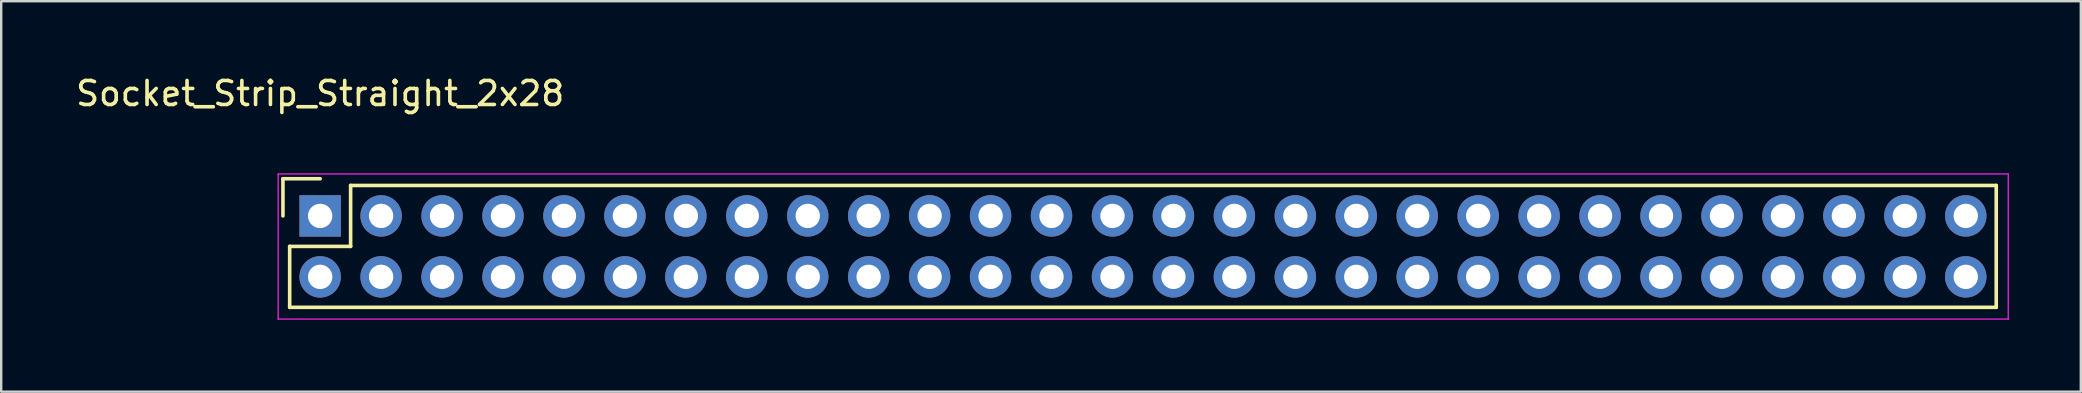
<source format=kicad_pcb>
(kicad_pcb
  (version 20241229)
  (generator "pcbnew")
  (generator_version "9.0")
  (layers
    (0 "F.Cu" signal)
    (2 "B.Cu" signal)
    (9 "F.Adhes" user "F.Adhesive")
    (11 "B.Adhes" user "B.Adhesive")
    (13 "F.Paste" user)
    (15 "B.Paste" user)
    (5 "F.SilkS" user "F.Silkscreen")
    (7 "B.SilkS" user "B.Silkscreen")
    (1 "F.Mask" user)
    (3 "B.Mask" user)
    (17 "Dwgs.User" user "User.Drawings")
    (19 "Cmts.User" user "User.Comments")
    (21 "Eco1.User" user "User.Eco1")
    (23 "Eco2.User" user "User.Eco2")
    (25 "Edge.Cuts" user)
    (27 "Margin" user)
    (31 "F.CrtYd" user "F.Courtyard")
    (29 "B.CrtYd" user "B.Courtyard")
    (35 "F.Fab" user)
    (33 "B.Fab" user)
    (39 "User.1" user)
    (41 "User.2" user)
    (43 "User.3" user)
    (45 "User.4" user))
  (footprint "Socket_Strip_Straight_2x28"
    (layer "F.Cu")
    (at 10.292 5.948)
    (property "Reference" "Socket_Strip_Straight_2x28" (at 0 -5.1 0) (layer "F.SilkS") (effects (font (size 1 1) (thickness 0.15))))
    (attr through_hole)
    (fp_line (start -1.55 -1.55) (end -1.55 0) (stroke (width 0.15) (type solid)) (layer "F.SilkS"))
    (fp_line (start -1.27 1.27) (end 1.27 1.27) (stroke (width 0.15) (type solid)) (layer "F.SilkS"))
    (fp_line (start -1.27 3.81) (end -1.27 1.27) (stroke (width 0.15) (type solid)) (layer "F.SilkS"))
    (fp_line (start -1.27 3.81) (end 69.85 3.81) (stroke (width 0.15) (type solid)) (layer "F.SilkS"))
    (fp_line (start 0 -1.55) (end -1.55 -1.55) (stroke (width 0.15) (type solid)) (layer "F.SilkS"))
    (fp_line (start 1.27 -1.27) (end 69.85 -1.27) (stroke (width 0.15) (type solid)) (layer "F.SilkS"))
    (fp_line (start 1.27 1.27) (end 1.27 -1.27) (stroke (width 0.15) (type solid)) (layer "F.SilkS"))
    (fp_line (start 69.85 3.81) (end 69.85 -1.27) (stroke (width 0.15) (type solid)) (layer "F.SilkS"))
    (fp_line (start -1.75 -1.75) (end -1.75 4.3) (stroke (width 0.05) (type solid)) (layer "F.CrtYd"))
    (fp_line (start -1.75 -1.75) (end 70.35 -1.75) (stroke (width 0.05) (type solid)) (layer "F.CrtYd"))
    (fp_line (start -1.75 4.3) (end 70.35 4.3) (stroke (width 0.05) (type solid)) (layer "F.CrtYd"))
    (fp_line (start 70.35 -1.75) (end 70.35 4.3) (stroke (width 0.05) (type solid)) (layer "F.CrtYd"))
    (pad "1" thru_hole rect (at 0 0) (size 1.727 1.727) (drill 1.016) (layers "*.Cu" "*.Mask"))
    (pad "2" thru_hole oval (at 0 2.54) (size 1.727 1.727) (drill 1.016) (layers "*.Cu" "*.Mask"))
    (pad "3" thru_hole oval (at 2.54 0) (size 1.727 1.727) (drill 1.016) (layers "*.Cu" "*.Mask"))
    (pad "4" thru_hole oval (at 2.54 2.54) (size 1.727 1.727) (drill 1.016) (layers "*.Cu" "*.Mask"))
    (pad "5" thru_hole oval (at 5.08 0) (size 1.727 1.727) (drill 1.016) (layers "*.Cu" "*.Mask"))
    (pad "6" thru_hole oval (at 5.08 2.54) (size 1.727 1.727) (drill 1.016) (layers "*.Cu" "*.Mask"))
    (pad "7" thru_hole oval (at 7.62 0) (size 1.727 1.727) (drill 1.016) (layers "*.Cu" "*.Mask"))
    (pad "8" thru_hole oval (at 7.62 2.54) (size 1.727 1.727) (drill 1.016) (layers "*.Cu" "*.Mask"))
    (pad "9" thru_hole oval (at 10.16 0) (size 1.727 1.727) (drill 1.016) (layers "*.Cu" "*.Mask"))
    (pad "10" thru_hole oval (at 10.16 2.54) (size 1.727 1.727) (drill 1.016) (layers "*.Cu" "*.Mask"))
    (pad "11" thru_hole oval (at 12.7 0) (size 1.727 1.727) (drill 1.016) (layers "*.Cu" "*.Mask"))
    (pad "12" thru_hole oval (at 12.7 2.54) (size 1.727 1.727) (drill 1.016) (layers "*.Cu" "*.Mask"))
    (pad "13" thru_hole oval (at 15.24 0) (size 1.727 1.727) (drill 1.016) (layers "*.Cu" "*.Mask"))
    (pad "14" thru_hole oval (at 15.24 2.54) (size 1.727 1.727) (drill 1.016) (layers "*.Cu" "*.Mask"))
    (pad "15" thru_hole oval (at 17.78 0) (size 1.727 1.727) (drill 1.016) (layers "*.Cu" "*.Mask"))
    (pad "16" thru_hole oval (at 17.78 2.54) (size 1.727 1.727) (drill 1.016) (layers "*.Cu" "*.Mask"))
    (pad "17" thru_hole oval (at 20.32 0) (size 1.727 1.727) (drill 1.016) (layers "*.Cu" "*.Mask"))
    (pad "18" thru_hole oval (at 20.32 2.54) (size 1.727 1.727) (drill 1.016) (layers "*.Cu" "*.Mask"))
    (pad "19" thru_hole oval (at 22.86 0) (size 1.727 1.727) (drill 1.016) (layers "*.Cu" "*.Mask"))
    (pad "20" thru_hole oval (at 22.86 2.54) (size 1.727 1.727) (drill 1.016) (layers "*.Cu" "*.Mask"))
    (pad "21" thru_hole oval (at 25.4 0) (size 1.727 1.727) (drill 1.016) (layers "*.Cu" "*.Mask"))
    (pad "22" thru_hole oval (at 25.4 2.54) (size 1.727 1.727) (drill 1.016) (layers "*.Cu" "*.Mask"))
    (pad "23" thru_hole oval (at 27.94 0) (size 1.727 1.727) (drill 1.016) (layers "*.Cu" "*.Mask"))
    (pad "24" thru_hole oval (at 27.94 2.54) (size 1.727 1.727) (drill 1.016) (layers "*.Cu" "*.Mask"))
    (pad "25" thru_hole oval (at 30.48 0) (size 1.727 1.727) (drill 1.016) (layers "*.Cu" "*.Mask"))
    (pad "26" thru_hole oval (at 30.48 2.54) (size 1.727 1.727) (drill 1.016) (layers "*.Cu" "*.Mask"))
    (pad "27" thru_hole oval (at 33.02 0) (size 1.727 1.727) (drill 1.016) (layers "*.Cu" "*.Mask"))
    (pad "28" thru_hole oval (at 33.02 2.54) (size 1.727 1.727) (drill 1.016) (layers "*.Cu" "*.Mask"))
    (pad "29" thru_hole oval (at 35.56 0) (size 1.727 1.727) (drill 1.016) (layers "*.Cu" "*.Mask"))
    (pad "30" thru_hole oval (at 35.56 2.54) (size 1.727 1.727) (drill 1.016) (layers "*.Cu" "*.Mask"))
    (pad "31" thru_hole oval (at 38.1 0) (size 1.727 1.727) (drill 1.016) (layers "*.Cu" "*.Mask"))
    (pad "32" thru_hole oval (at 38.1 2.54) (size 1.727 1.727) (drill 1.016) (layers "*.Cu" "*.Mask"))
    (pad "33" thru_hole oval (at 40.64 0) (size 1.727 1.727) (drill 1.016) (layers "*.Cu" "*.Mask"))
    (pad "34" thru_hole oval (at 40.64 2.54) (size 1.727 1.727) (drill 1.016) (layers "*.Cu" "*.Mask"))
    (pad "35" thru_hole oval (at 43.18 0) (size 1.727 1.727) (drill 1.016) (layers "*.Cu" "*.Mask"))
    (pad "36" thru_hole oval (at 43.18 2.54) (size 1.727 1.727) (drill 1.016) (layers "*.Cu" "*.Mask"))
    (pad "37" thru_hole oval (at 45.72 0) (size 1.727 1.727) (drill 1.016) (layers "*.Cu" "*.Mask"))
    (pad "38" thru_hole oval (at 45.72 2.54) (size 1.727 1.727) (drill 1.016) (layers "*.Cu" "*.Mask"))
    (pad "39" thru_hole oval (at 48.26 0) (size 1.727 1.727) (drill 1.016) (layers "*.Cu" "*.Mask"))
    (pad "40" thru_hole oval (at 48.26 2.54) (size 1.727 1.727) (drill 1.016) (layers "*.Cu" "*.Mask"))
    (pad "41" thru_hole oval (at 50.8 0) (size 1.727 1.727) (drill 1.016) (layers "*.Cu" "*.Mask"))
    (pad "42" thru_hole oval (at 50.8 2.54) (size 1.727 1.727) (drill 1.016) (layers "*.Cu" "*.Mask"))
    (pad "43" thru_hole oval (at 53.34 0) (size 1.727 1.727) (drill 1.016) (layers "*.Cu" "*.Mask"))
    (pad "44" thru_hole oval (at 53.34 2.54) (size 1.727 1.727) (drill 1.016) (layers "*.Cu" "*.Mask"))
    (pad "45" thru_hole oval (at 55.88 0) (size 1.727 1.727) (drill 1.016) (layers "*.Cu" "*.Mask"))
    (pad "46" thru_hole oval (at 55.88 2.54) (size 1.727 1.727) (drill 1.016) (layers "*.Cu" "*.Mask"))
    (pad "47" thru_hole oval (at 58.42 0) (size 1.727 1.727) (drill 1.016) (layers "*.Cu" "*.Mask"))
    (pad "48" thru_hole oval (at 58.42 2.54) (size 1.727 1.727) (drill 1.016) (layers "*.Cu" "*.Mask"))
    (pad "49" thru_hole oval (at 60.96 0) (size 1.727 1.727) (drill 1.016) (layers "*.Cu" "*.Mask"))
    (pad "50" thru_hole oval (at 60.96 2.54) (size 1.727 1.727) (drill 1.016) (layers "*.Cu" "*.Mask"))
    (pad "51" thru_hole oval (at 63.5 0) (size 1.727 1.727) (drill 1.016) (layers "*.Cu" "*.Mask"))
    (pad "52" thru_hole oval (at 63.5 2.54) (size 1.727 1.727) (drill 1.016) (layers "*.Cu" "*.Mask"))
    (pad "53" thru_hole oval (at 66.04 0) (size 1.727 1.727) (drill 1.016) (layers "*.Cu" "*.Mask"))
    (pad "54" thru_hole oval (at 66.04 2.54) (size 1.727 1.727) (drill 1.016) (layers "*.Cu" "*.Mask"))
    (pad "55" thru_hole oval (at 68.58 0) (size 1.727 1.727) (drill 1.016) (layers "*.Cu" "*.Mask"))
    (pad "56" thru_hole oval (at 68.58 2.54) (size 1.727 1.727) (drill 1.016) (layers "*.Cu" "*.Mask")))
  (gr_rect
    (start -3 -3)
    (end 83.667 13.273)
    (stroke (width 0.1) (type default))
    (fill no)
    (layer "Edge.Cuts")))
</source>
